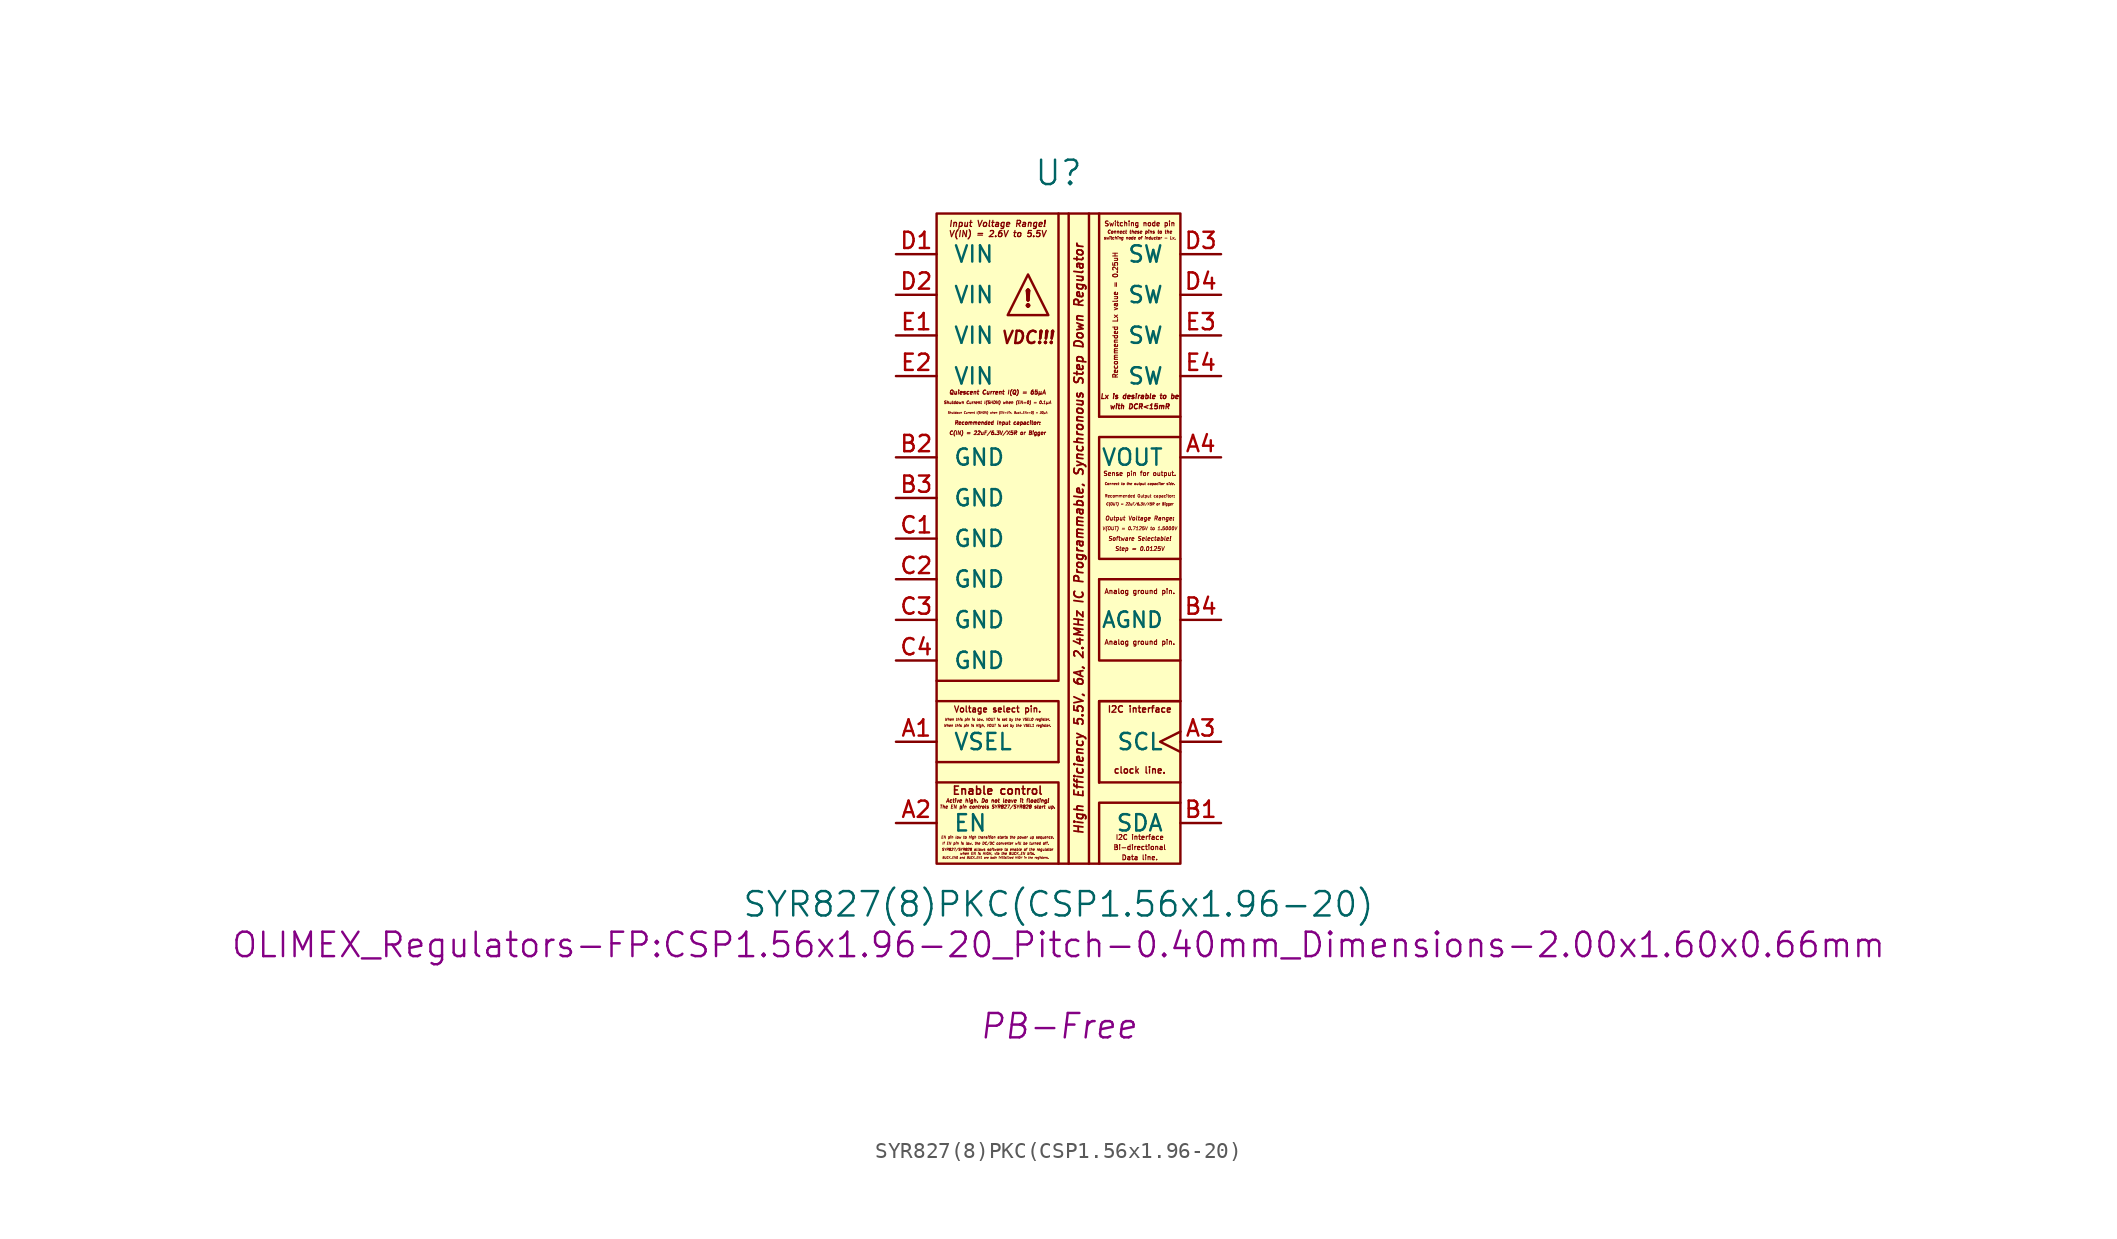
<source format=kicad_sym>
(kicad_symbol_lib
  (version 20211014)
  (generator kicad_symbol_editor)
  (symbol "SYR827(8)PKC(CSP1.56x1.96-20)"
    (pin_names
      (offset 1.016))
    (property "Reference" "U"
      (at 0 22.86 0)
      (effects (font (size 1.524 1.524))))
    (property "Value" "SYR827(8)PKC(CSP1.56x1.96-20)"
      (at 0 -22.86 0)
      (effects (font (size 1.524 1.524))))
    (property "Footprint" "OLIMEX_Regulators-FP:CSP1.56x1.96-20_Pitch-0.40mm_Dimensions-2.00x1.60x0.66mm"
      (at 0 -25.4 0)
      (effects (font (size 1.524 1.524))))
    (property "Datasheet" ""
      (at 0 -27.94 0)
      (effects (font (size 1.524 1.524))))
    (property "Note:" "PB-Free"
      (at 0 -30.48 0)
      (effects (font (size 1.524 1.524) italic)))
    (symbol "SYR827(8)PKC(CSP1.56x1.96-20)_0_0"
      (polyline (pts (xy 0 -13.97) (xy -7.62 -13.97)) (stroke (width 0) (type default) (color 0 0 0 0)) (fill (type none)))
      (polyline (pts (xy 0.635 20.32) (xy 0.635 -20.32)) (stroke (width 0) (type default) (color 0 0 0 0)) (fill (type none)))
      (polyline (pts (xy 1.905 20.32) (xy 1.905 -20.32)) (stroke (width 0) (type default) (color 0 0 0 0)) (fill (type none)))
      (polyline (pts (xy 2.54 -15.24) (xy 7.62 -15.24)) (stroke (width 0) (type default) (color 0 0 0 0)) (fill (type none)))
      (polyline (pts (xy 2.54 -2.54) (xy 7.62 -2.54)) (stroke (width 0) (type default) (color 0 0 0 0)) (fill (type none)))
      (polyline (pts (xy 2.54 7.62) (xy 2.54 20.32)) (stroke (width 0) (type default) (color 0 0 0 0)) (fill (type none)))
      (polyline (pts (xy 2.54 7.62) (xy 7.62 7.62)) (stroke (width 0) (type default) (color 0 0 0 0)) (fill (type none)))
      (polyline (pts (xy -7.62 -15.24) (xy 0 -15.24) (xy 0 -20.32)) (stroke (width 0) (type default) (color 0 0 0 0)) (fill (type none)))
      (polyline (pts (xy 0 20.32) (xy 0 -8.89) (xy -7.62 -8.89)) (stroke (width 0) (type default) (color 0 0 0 0)) (fill (type none)))
      (polyline (pts (xy 2.54 -15.24) (xy 2.54 -10.16) (xy 7.62 -10.16)) (stroke (width 0) (type default) (color 0 0 0 0)) (fill (type none)))
      (polyline (pts (xy 2.54 -15.24) (xy 2.54 -10.16) (xy 7.62 -10.16)) (stroke (width 0) (type default) (color 0 0 0 0)) (fill (type none)))
      (polyline (pts (xy 2.54 -2.54) (xy 2.54 -7.62) (xy 7.62 -7.62)) (stroke (width 0) (type default) (color 0 0 0 0)) (fill (type none)))
      (polyline (pts (xy 7.62 -16.51) (xy 2.54 -16.51) (xy 2.54 -20.32)) (stroke (width 0) (type default) (color 0 0 0 0)) (fill (type none)))
      (polyline (pts (xy -7.62 -10.16) (xy -4.445 -10.16) (xy 0 -10.16) (xy 0 -13.97)) (stroke (width 0) (type default) (color 0 0 0 0)) (fill (type none)))
      (polyline (pts (xy -3.175 13.97) (xy -1.905 16.51) (xy -0.635 13.97) (xy -3.175 13.97)) (stroke (width 0) (type default) (color 0 0 0 0)) (fill (type none)))
      (polyline (pts (xy 7.62 6.35) (xy 2.54 6.35) (xy 2.54 -1.27) (xy 7.62 -1.27)) (stroke (width 0) (type default) (color 0 0 0 0)) (fill (type none)))
      (text "!" (at -1.905 14.986 0) (effects (font (size 1.016 1.016) bold)))
      (text "Active high. Do not leave it floating!" (at -3.81 -16.383 0) (effects (font (size 0.229 0.229) italic)))
      (text "Analog ground pin." (at 5.08 -6.477 0) (effects (font (size 0.305 0.305) bold)))
      (text "Analog ground pin." (at 5.08 -3.302 0) (effects (font (size 0.305 0.305) bold)))
      (text "Bi-directional" (at 5.08 -19.304 0) (effects (font (size 0.305 0.305) bold)))
      (text "BUCK_EN0 and BUCK_EN1 are both initialized HIGH in the registers." (at -3.937 -19.939 0) (effects (font (size 0.127 0.127) italic)))
      (text "C(IN) = 22uF/6.3V/X5R or Bigger" (at -3.81 6.604 0) (effects (font (size 0.229 0.229) italic)))
      (text "C(OUT) = 22uF/6.3V/X5R or Bigger" (at 5.08 2.159 0) (effects (font (size 0.152 0.152) italic)))
      (text "clock line." (at 5.08 -14.478 0) (effects (font (size 0.406 0.406) bold)))
      (text "Connect these pins to the" (at 5.08 19.177 0) (effects (font (size 0.203 0.203) italic)))
      (text "Connect to the output capacitor side." (at 5.08 3.429 0) (effects (font (size 0.152 0.152) italic)))
      (text "Data line." (at 5.08 -19.939 0) (effects (font (size 0.305 0.305) bold)))
      (text "EN pin low to high transition starts the power up sequence." (at -3.81 -18.669 0) (effects (font (size 0.152 0.152) italic)))
      (text "Enable control" (at -3.81 -15.748 0) (effects (font (size 0.508 0.508) bold)))
      (text "High Efficiency 5.5V, 6A, 2.4MHz IC Programmable, Synchronous Step Down Regulator" (at 1.27 0 900) (effects (font (size 0.559 0.559) bold italic)))
      (text "I2C interface" (at 5.08 -18.669 0) (effects (font (size 0.305 0.305) bold)))
      (text "I2C interface" (at 5.08 -10.668 0) (effects (font (size 0.406 0.406) bold)))
      (text "If EN pin is low, the DC/DC converter will be turned off." (at -3.937 -19.05 0) (effects (font (size 0.152 0.152) italic)))
      (text "Input Voltage Range!" (at -3.81 19.685 0) (effects (font (size 0.381 0.381) bold italic)))
      (text "Lx is desirable to be" (at 5.08 8.89 0) (effects (font (size 0.305 0.305) italic)))
      (text "Output Voltage Range:" (at 5.08 1.27 0) (effects (font (size 0.254 0.254) bold italic)))
      (text "Quiescent Current I(Q) = 65µA" (at -3.81 9.144 0) (effects (font (size 0.254 0.254) italic)))
      (text "Recommended Input capacitor:" (at -3.81 7.239 0) (effects (font (size 0.229 0.229) italic)))
      (text "Recommended Lx value = 0.25uH" (at 3.556 13.97 900) (effects (font (size 0.305 0.305) bold)))
      (text "Recommended Output capacitor:" (at 5.08 2.667 0) (effects (font (size 0.178 0.178) bold)))
      (text "Sense pin for output." (at 5.08 4.064 0) (effects (font (size 0.279 0.279) bold)))
      (text "Shutdown Current I(SHDN) when (EN=0) = 0.1µA" (at -3.81 8.509 0) (effects (font (size 0.178 0.178) italic)))
      (text "Shutdown Current I(SHDN) when (EN=Vin, Buck_ENx=0) = 30µA" (at -3.81 7.874 0) (effects (font (size 0.127 0.127) italic)))
      (text "Software Selectable!" (at 5.08 0 0) (effects (font (size 0.254 0.254) bold italic)))
      (text "Step = 0.0125V" (at 5.08 -0.635 0) (effects (font (size 0.254 0.254) bold italic)))
      (text "switching node of inductor - Lx," (at 5.08 18.796 0) (effects (font (size 0.178 0.178) italic)))
      (text "Switching node pin" (at 5.08 19.685 0) (effects (font (size 0.305 0.305) bold)))
      (text "SYR827/SYR828 allows software to enable of the regulator" (at -3.81 -19.431 0) (effects (font (size 0.152 0.152) italic)))
      (text "The EN pin controls SYR827/SYR828 start up." (at -3.81 -16.764 0) (effects (font (size 0.203 0.203) italic)))
      (text "V(IN) = 2.6V to 5.5V" (at -3.81 19.05 0) (effects (font (size 0.381 0.381) bold italic)))
      (text "V(OUT) = 0.7125V to 1.5000V" (at 5.08 0.635 0) (effects (font (size 0.203 0.203) bold italic)))
      (text "VDC!!!" (at -1.905 12.573 0) (effects (font (size 0.762 0.762) bold italic)))
      (text "Voltage select pin." (at -3.81 -10.668 0) (effects (font (size 0.381 0.381) bold)))
      (text "when EN is HIGH, via the BUCK_EN bits." (at -3.81 -19.685 0) (effects (font (size 0.152 0.152) italic)))
      (text "When this pin is high, VOUT is set by the VSEL1 register." (at -3.81 -11.684 0) (effects (font (size 0.152 0.152) italic)))
      (text "When this pin is low, VOUT is set by the VSEL0 register." (at -3.81 -11.303 0) (effects (font (size 0.152 0.152) italic)))
      (text "with DCR<15mR" (at 5.08 8.255 0) (effects (font (size 0.305 0.305) italic))))
    (symbol "SYR827(8)PKC(CSP1.56x1.96-20)_0_1"
      (rectangle (start -7.62 20.32) (end 7.62 -20.32) (stroke (width 0) (type default) (color 0 0 0 0)) (fill (type background))))
    (symbol "SYR827(8)PKC(CSP1.56x1.96-20)_1_1"
      (pin input line (at -10.16 -12.7 0) (length 2.54) (name "VSEL" (effects (font (size 1.016 1.016)))) (number "A1" (effects (font (size 1.016 1.016)))))
      (pin input line (at -10.16 -17.78 0) (length 2.54) (name "EN" (effects (font (size 1.016 1.016)))) (number "A2" (effects (font (size 1.016 1.016)))))
      (pin input clock (at 10.16 -12.7 180) (length 2.54) (name "SCL" (effects (font (size 1.016 1.016)))) (number "A3" (effects (font (size 1.016 1.016)))))
      (pin input line (at 10.16 5.08 180) (length 2.54) (name "VOUT" (effects (font (size 1.016 1.016)))) (number "A4" (effects (font (size 1.016 1.016)))))
      (pin bidirectional line (at 10.16 -17.78 180) (length 2.54) (name "SDA" (effects (font (size 1.016 1.016)))) (number "B1" (effects (font (size 1.016 1.016)))))
      (pin power_in line (at -10.16 5.08 0) (length 2.54) (name "GND" (effects (font (size 1.016 1.016)))) (number "B2" (effects (font (size 1.016 1.016)))))
      (pin power_in line (at -10.16 2.54 0) (length 2.54) (name "GND" (effects (font (size 1.016 1.016)))) (number "B3" (effects (font (size 1.016 1.016)))))
      (pin power_in line (at 10.16 -5.08 180) (length 2.54) (name "AGND" (effects (font (size 0.965 0.965)))) (number "B4" (effects (font (size 1.016 1.016)))))
      (pin power_in line (at -10.16 0 0) (length 2.54) (name "GND" (effects (font (size 1.016 1.016)))) (number "C1" (effects (font (size 1.016 1.016)))))
      (pin power_in line (at -10.16 -2.54 0) (length 2.54) (name "GND" (effects (font (size 1.016 1.016)))) (number "C2" (effects (font (size 1.016 1.016)))))
      (pin power_in line (at -10.16 -5.08 0) (length 2.54) (name "GND" (effects (font (size 1.016 1.016)))) (number "C3" (effects (font (size 1.016 1.016)))))
      (pin power_in line (at -10.16 -7.62 0) (length 2.54) (name "GND" (effects (font (size 1.016 1.016)))) (number "C4" (effects (font (size 1.016 1.016)))))
      (pin power_in line (at -10.16 17.78 0) (length 2.54) (name "VIN" (effects (font (size 1.016 1.016)))) (number "D1" (effects (font (size 1.016 1.016)))))
      (pin power_in line (at -10.16 15.24 0) (length 2.54) (name "VIN" (effects (font (size 1.016 1.016)))) (number "D2" (effects (font (size 1.016 1.016)))))
      (pin power_out line (at 10.16 17.78 180) (length 2.54) (name "SW" (effects (font (size 1.016 1.016)))) (number "D3" (effects (font (size 1.016 1.016)))))
      (pin power_out line (at 10.16 15.24 180) (length 2.54) (name "SW" (effects (font (size 1.016 1.016)))) (number "D4" (effects (font (size 1.016 1.016)))))
      (pin power_in line (at -10.16 12.7 0) (length 2.54) (name "VIN" (effects (font (size 1.016 1.016)))) (number "E1" (effects (font (size 1.016 1.016)))))
      (pin power_in line (at -10.16 10.16 0) (length 2.54) (name "VIN" (effects (font (size 1.016 1.016)))) (number "E2" (effects (font (size 1.016 1.016)))))
      (pin power_out line (at 10.16 12.7 180) (length 2.54) (name "SW" (effects (font (size 1.016 1.016)))) (number "E3" (effects (font (size 1.016 1.016)))))
      (pin power_out line (at 10.16 10.16 180) (length 2.54) (name "SW" (effects (font (size 1.016 1.016)))) (number "E4" (effects (font (size 1.016 1.016))))))))
</source>
